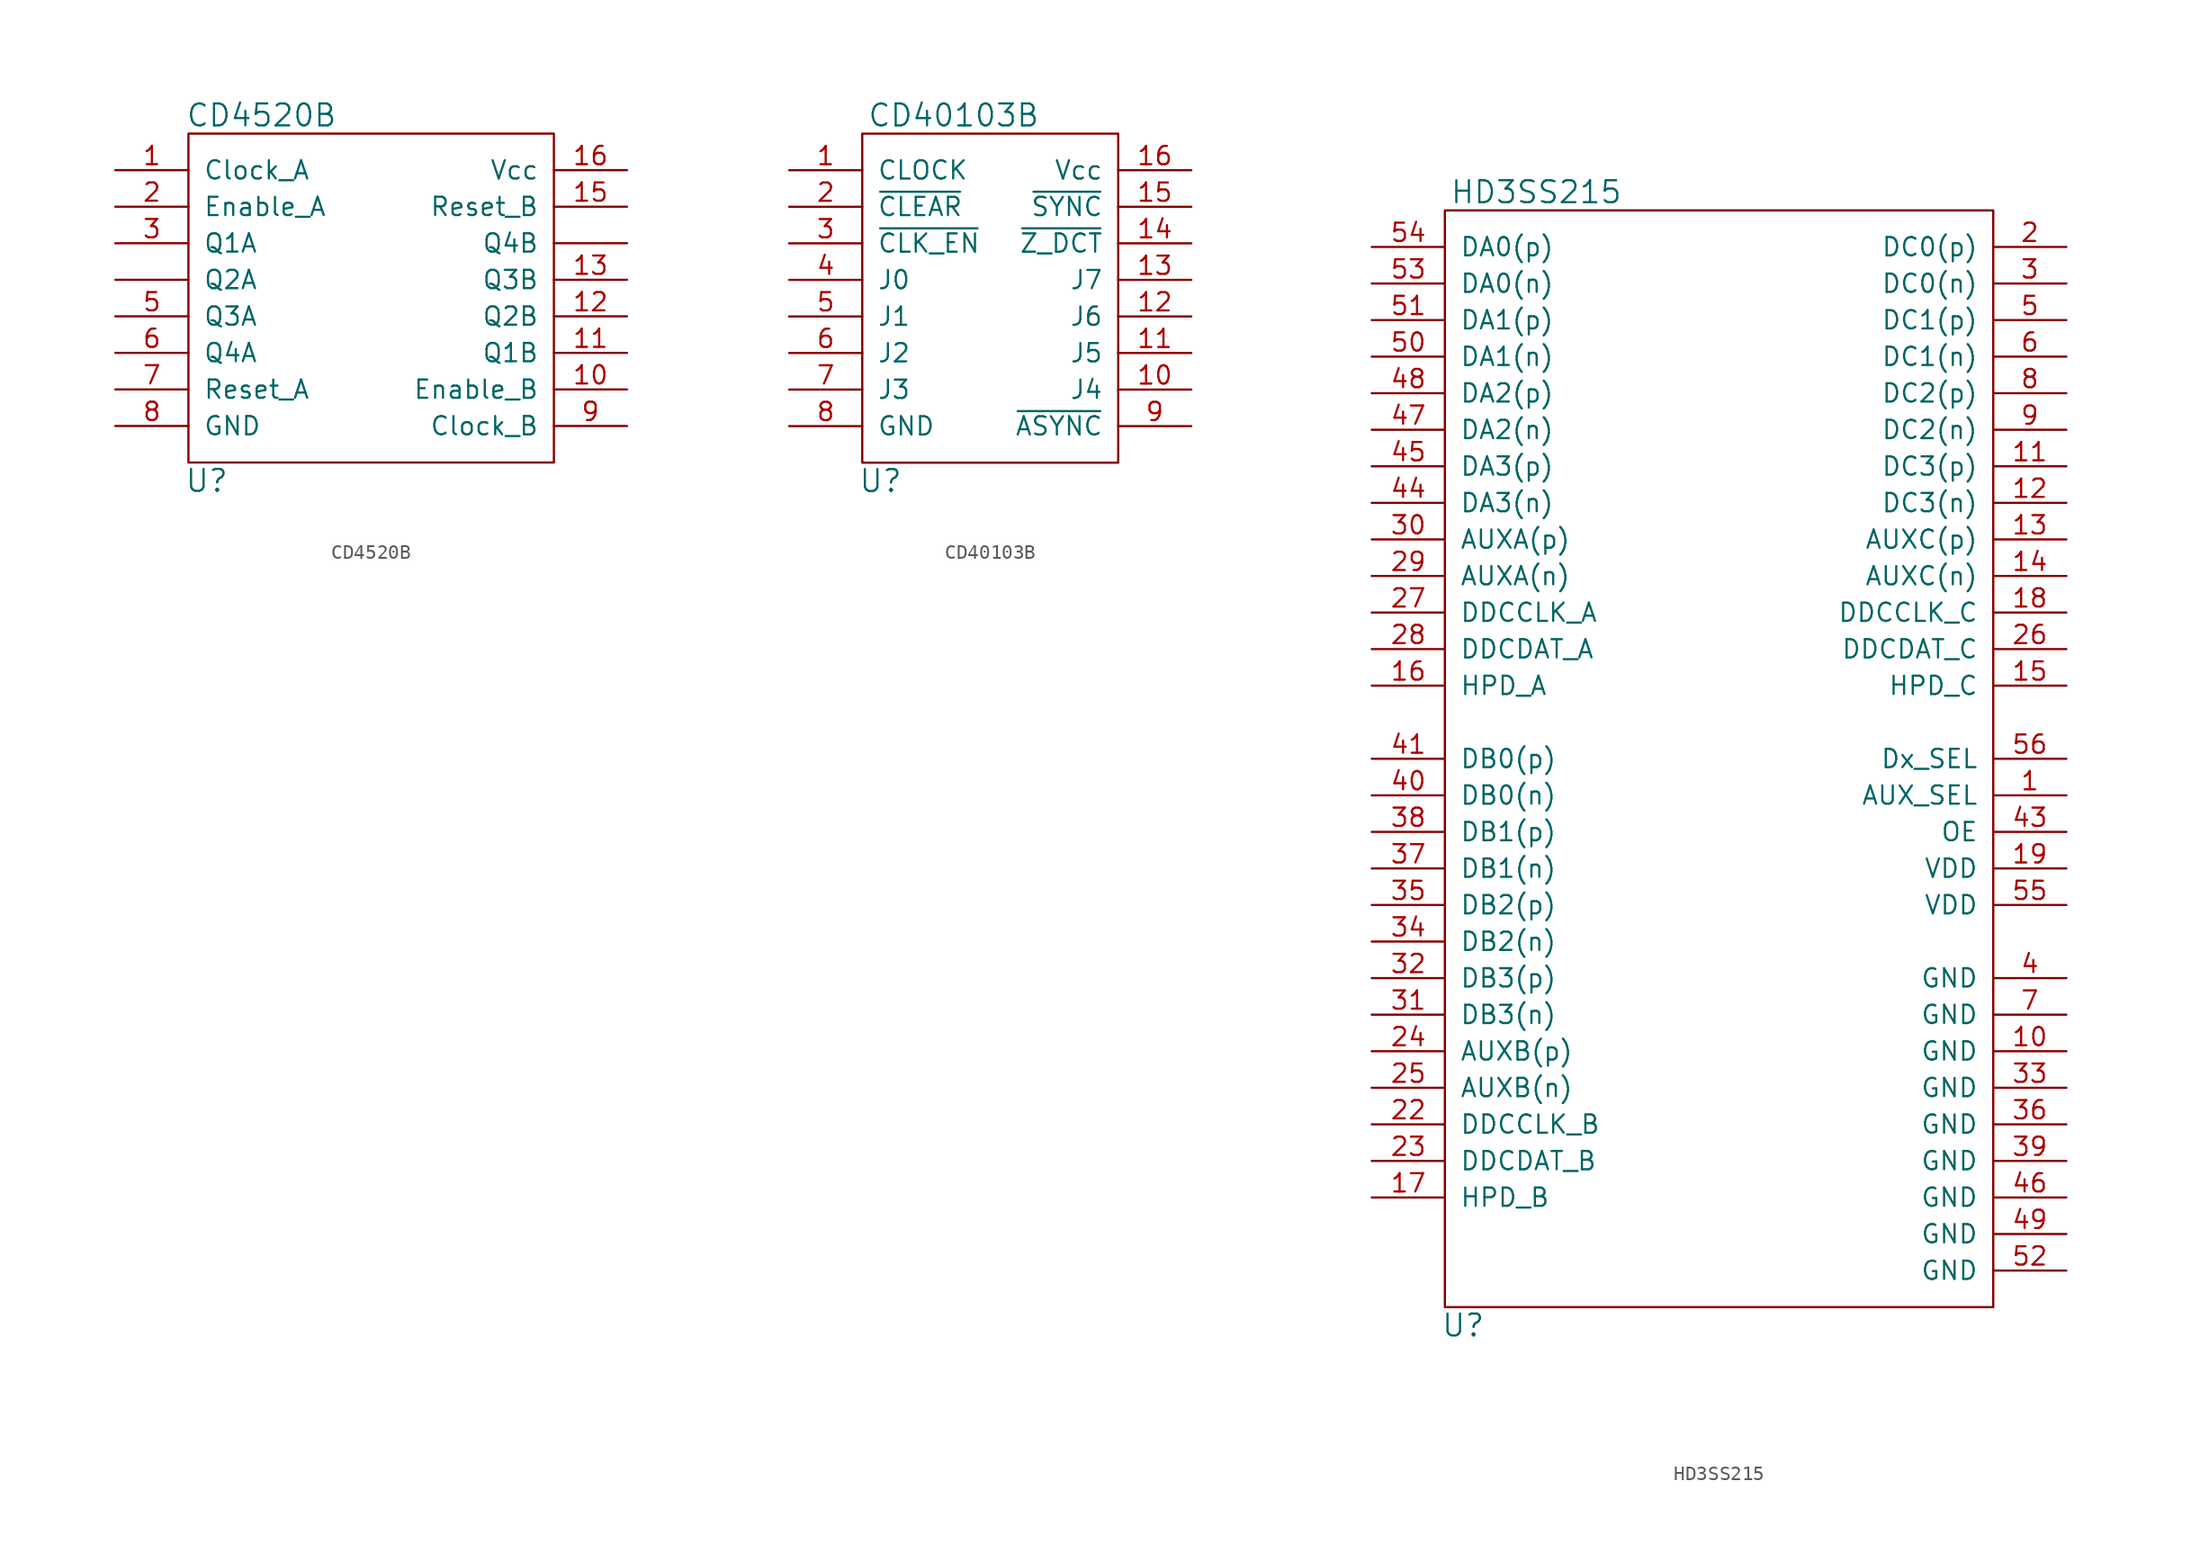
<source format=kicad_sym>
(kicad_symbol_lib
  (version 20211014)
  (generator kicad_symbol_editor)
  (symbol "CD4520B"
    (pin_names
      (offset 1.016))
    (property "Reference" "U"
      (at -11.43 -12.7 0)
      (effects (font (size 1.524 1.524))))
    (property "Value" "CD4520B"
      (at -7.62 12.7 0)
      (effects (font (size 1.524 1.524))))
    (property "Footprint" ""
      (at -6.35 0 0)
      (effects (font (size 1.524 1.524))))
    (property "Datasheet" ""
      (at -6.35 0 0)
      (effects (font (size 1.524 1.524))))
    (symbol "CD4520B_0_1"
      (rectangle (start -12.7 11.43) (end 12.7 -11.43) (stroke (width 0) (type default) (color 0 0 0 0)) (fill (type none))))
    (symbol "CD4520B_1_1"
      (pin input line (at -17.78 8.89 0) (length 5.08) (name "Clock_A" (effects (font (size 1.27 1.27)))) (number "1" (effects (font (size 1.27 1.27)))))
      (pin input line (at 17.78 -6.35 180) (length 5.08) (name "Enable_B" (effects (font (size 1.27 1.27)))) (number "10" (effects (font (size 1.27 1.27)))))
      (pin input line (at 17.78 -3.81 180) (length 5.08) (name "Q1B" (effects (font (size 1.27 1.27)))) (number "11" (effects (font (size 1.27 1.27)))))
      (pin input line (at 17.78 -1.27 180) (length 5.08) (name "Q2B" (effects (font (size 1.27 1.27)))) (number "12" (effects (font (size 1.27 1.27)))))
      (pin input line (at 17.78 1.27 180) (length 5.08) (name "Q3B" (effects (font (size 1.27 1.27)))) (number "13" (effects (font (size 1.27 1.27)))))
      (pin input line (at 17.78 6.35 180) (length 5.08) (name "Reset_B" (effects (font (size 1.27 1.27)))) (number "15" (effects (font (size 1.27 1.27)))))
      (pin input line (at 17.78 8.89 180) (length 5.08) (name "Vcc" (effects (font (size 1.27 1.27)))) (number "16" (effects (font (size 1.27 1.27)))))
      (pin input line (at -17.78 6.35 0) (length 5.08) (name "Enable_A" (effects (font (size 1.27 1.27)))) (number "2" (effects (font (size 1.27 1.27)))))
      (pin input line (at -17.78 3.81 0) (length 5.08) (name "Q1A" (effects (font (size 1.27 1.27)))) (number "3" (effects (font (size 1.27 1.27)))))
      (pin input line (at -17.78 -1.27 0) (length 5.08) (name "Q3A" (effects (font (size 1.27 1.27)))) (number "5" (effects (font (size 1.27 1.27)))))
      (pin input line (at -17.78 -3.81 0) (length 5.08) (name "Q4A" (effects (font (size 1.27 1.27)))) (number "6" (effects (font (size 1.27 1.27)))))
      (pin input line (at -17.78 -6.35 0) (length 5.08) (name "Reset_A" (effects (font (size 1.27 1.27)))) (number "7" (effects (font (size 1.27 1.27)))))
      (pin input line (at -17.78 -8.89 0) (length 5.08) (name "GND" (effects (font (size 1.27 1.27)))) (number "8" (effects (font (size 1.27 1.27)))))
      (pin input line (at 17.78 -8.89 180) (length 5.08) (name "Clock_B" (effects (font (size 1.27 1.27)))) (number "9" (effects (font (size 1.27 1.27)))))
      (pin input line (at -17.78 1.27 0) (length 5.08) (name "Q2A" (effects (font (size 1.27 1.27)))) (number "~" (effects (font (size 1.27 1.27)))))
      (pin input line (at 17.78 3.81 180) (length 5.08) (name "Q4B" (effects (font (size 1.27 1.27)))) (number "~" (effects (font (size 1.27 1.27)))))))
  (symbol "CD40103B"
    (pin_names
      (offset 1.016))
    (property "Reference" "U"
      (at -7.62 -12.7 0)
      (effects (font (size 1.524 1.524))))
    (property "Value" "CD40103B"
      (at -2.54 12.7 0)
      (effects (font (size 1.524 1.524))))
    (property "Footprint" ""
      (at -7.62 2.54 0)
      (effects (font (size 1.524 1.524))))
    (property "Datasheet" ""
      (at -7.62 2.54 0)
      (effects (font (size 1.524 1.524))))
    (symbol "CD40103B_0_1"
      (rectangle (start -8.89 11.43) (end 8.89 -11.43) (stroke (width 0) (type default) (color 0 0 0 0)) (fill (type none))))
    (symbol "CD40103B_1_1"
      (pin input line (at -13.97 8.89 0) (length 5.08) (name "CLOCK" (effects (font (size 1.27 1.27)))) (number "1" (effects (font (size 1.27 1.27)))))
      (pin input line (at 13.97 -6.35 180) (length 5.08) (name "J4" (effects (font (size 1.27 1.27)))) (number "10" (effects (font (size 1.27 1.27)))))
      (pin input line (at 13.97 -3.81 180) (length 5.08) (name "J5" (effects (font (size 1.27 1.27)))) (number "11" (effects (font (size 1.27 1.27)))))
      (pin input line (at 13.97 -1.27 180) (length 5.08) (name "J6" (effects (font (size 1.27 1.27)))) (number "12" (effects (font (size 1.27 1.27)))))
      (pin input line (at 13.97 1.27 180) (length 5.08) (name "J7" (effects (font (size 1.27 1.27)))) (number "13" (effects (font (size 1.27 1.27)))))
      (pin input line (at 13.97 3.81 180) (length 5.08) (name "~{Z_DCT}" (effects (font (size 1.27 1.27)))) (number "14" (effects (font (size 1.27 1.27)))))
      (pin input line (at 13.97 6.35 180) (length 5.08) (name "~{SYNC}" (effects (font (size 1.27 1.27)))) (number "15" (effects (font (size 1.27 1.27)))))
      (pin input line (at 13.97 8.89 180) (length 5.08) (name "Vcc" (effects (font (size 1.27 1.27)))) (number "16" (effects (font (size 1.27 1.27)))))
      (pin input line (at -13.97 6.35 0) (length 5.08) (name "~{CLEAR}" (effects (font (size 1.27 1.27)))) (number "2" (effects (font (size 1.27 1.27)))))
      (pin input line (at -13.97 3.81 0) (length 5.08) (name "~{CLK_EN}" (effects (font (size 1.27 1.27)))) (number "3" (effects (font (size 1.27 1.27)))))
      (pin input line (at -13.97 1.27 0) (length 5.08) (name "J0" (effects (font (size 1.27 1.27)))) (number "4" (effects (font (size 1.27 1.27)))))
      (pin input line (at -13.97 -1.27 0) (length 5.08) (name "J1" (effects (font (size 1.27 1.27)))) (number "5" (effects (font (size 1.27 1.27)))))
      (pin input line (at -13.97 -3.81 0) (length 5.08) (name "J2" (effects (font (size 1.27 1.27)))) (number "6" (effects (font (size 1.27 1.27)))))
      (pin input line (at -13.97 -6.35 0) (length 5.08) (name "J3" (effects (font (size 1.27 1.27)))) (number "7" (effects (font (size 1.27 1.27)))))
      (pin input line (at -13.97 -8.89 0) (length 5.08) (name "GND" (effects (font (size 1.27 1.27)))) (number "8" (effects (font (size 1.27 1.27)))))
      (pin input line (at 13.97 -8.89 180) (length 5.08) (name "~{ASYNC}" (effects (font (size 1.27 1.27)))) (number "9" (effects (font (size 1.27 1.27)))))))
  (symbol "HD3SS215"
    (pin_names
      (offset 1.016))
    (property "Reference" "U"
      (at -17.78 -66.04 0)
      (effects (font (size 1.524 1.524))))
    (property "Value" "HD3SS215"
      (at -12.7 12.7 0)
      (effects (font (size 1.524 1.524))))
    (property "Footprint" ""
      (at 0 0 0)
      (effects (font (size 1.524 1.524))))
    (property "Datasheet" ""
      (at 0 0 0)
      (effects (font (size 1.524 1.524))))
    (symbol "HD3SS215_0_1"
      (rectangle (start -19.05 11.43) (end 19.05 -64.77) (stroke (width 0) (type default) (color 0 0 0 0)) (fill (type none))))
    (symbol "HD3SS215_1_1"
      (pin input line (at 24.13 -29.21 180) (length 5.08) (name "AUX_SEL" (effects (font (size 1.27 1.27)))) (number "1" (effects (font (size 1.27 1.27)))))
      (pin input line (at 24.13 -46.99 180) (length 5.08) (name "GND" (effects (font (size 1.27 1.27)))) (number "10" (effects (font (size 1.27 1.27)))))
      (pin input line (at 24.13 -6.35 180) (length 5.08) (name "DC3(p)" (effects (font (size 1.27 1.27)))) (number "11" (effects (font (size 1.27 1.27)))))
      (pin input line (at 24.13 -8.89 180) (length 5.08) (name "DC3(n)" (effects (font (size 1.27 1.27)))) (number "12" (effects (font (size 1.27 1.27)))))
      (pin input line (at 24.13 -11.43 180) (length 5.08) (name "AUXC(p)" (effects (font (size 1.27 1.27)))) (number "13" (effects (font (size 1.27 1.27)))))
      (pin input line (at 24.13 -13.97 180) (length 5.08) (name "AUXC(n)" (effects (font (size 1.27 1.27)))) (number "14" (effects (font (size 1.27 1.27)))))
      (pin input line (at 24.13 -21.59 180) (length 5.08) (name "HPD_C" (effects (font (size 1.27 1.27)))) (number "15" (effects (font (size 1.27 1.27)))))
      (pin input line (at -24.13 -21.59 0) (length 5.08) (name "HPD_A" (effects (font (size 1.27 1.27)))) (number "16" (effects (font (size 1.27 1.27)))))
      (pin input line (at -24.13 -57.15 0) (length 5.08) (name "HPD_B" (effects (font (size 1.27 1.27)))) (number "17" (effects (font (size 1.27 1.27)))))
      (pin input line (at 24.13 -16.51 180) (length 5.08) (name "DDCCLK_C" (effects (font (size 1.27 1.27)))) (number "18" (effects (font (size 1.27 1.27)))))
      (pin input line (at 24.13 -34.29 180) (length 5.08) (name "VDD" (effects (font (size 1.27 1.27)))) (number "19" (effects (font (size 1.27 1.27)))))
      (pin input line (at 24.13 8.89 180) (length 5.08) (name "DC0(p)" (effects (font (size 1.27 1.27)))) (number "2" (effects (font (size 1.27 1.27)))))
      (pin input line (at -24.13 -52.07 0) (length 5.08) (name "DDCCLK_B" (effects (font (size 1.27 1.27)))) (number "22" (effects (font (size 1.27 1.27)))))
      (pin input line (at -24.13 -54.61 0) (length 5.08) (name "DDCDAT_B" (effects (font (size 1.27 1.27)))) (number "23" (effects (font (size 1.27 1.27)))))
      (pin input line (at -24.13 -46.99 0) (length 5.08) (name "AUXB(p)" (effects (font (size 1.27 1.27)))) (number "24" (effects (font (size 1.27 1.27)))))
      (pin input line (at -24.13 -49.53 0) (length 5.08) (name "AUXB(n)" (effects (font (size 1.27 1.27)))) (number "25" (effects (font (size 1.27 1.27)))))
      (pin input line (at 24.13 -19.05 180) (length 5.08) (name "DDCDAT_C" (effects (font (size 1.27 1.27)))) (number "26" (effects (font (size 1.27 1.27)))))
      (pin input line (at -24.13 -16.51 0) (length 5.08) (name "DDCCLK_A" (effects (font (size 1.27 1.27)))) (number "27" (effects (font (size 1.27 1.27)))))
      (pin input line (at -24.13 -19.05 0) (length 5.08) (name "DDCDAT_A" (effects (font (size 1.27 1.27)))) (number "28" (effects (font (size 1.27 1.27)))))
      (pin input line (at -24.13 -13.97 0) (length 5.08) (name "AUXA(n)" (effects (font (size 1.27 1.27)))) (number "29" (effects (font (size 1.27 1.27)))))
      (pin input line (at 24.13 6.35 180) (length 5.08) (name "DC0(n)" (effects (font (size 1.27 1.27)))) (number "3" (effects (font (size 1.27 1.27)))))
      (pin input line (at -24.13 -11.43 0) (length 5.08) (name "AUXA(p)" (effects (font (size 1.27 1.27)))) (number "30" (effects (font (size 1.27 1.27)))))
      (pin input line (at -24.13 -44.45 0) (length 5.08) (name "DB3(n)" (effects (font (size 1.27 1.27)))) (number "31" (effects (font (size 1.27 1.27)))))
      (pin input line (at -24.13 -41.91 0) (length 5.08) (name "DB3(p)" (effects (font (size 1.27 1.27)))) (number "32" (effects (font (size 1.27 1.27)))))
      (pin input line (at 24.13 -49.53 180) (length 5.08) (name "GND" (effects (font (size 1.27 1.27)))) (number "33" (effects (font (size 1.27 1.27)))))
      (pin input line (at -24.13 -39.37 0) (length 5.08) (name "DB2(n)" (effects (font (size 1.27 1.27)))) (number "34" (effects (font (size 1.27 1.27)))))
      (pin input line (at -24.13 -36.83 0) (length 5.08) (name "DB2(p)" (effects (font (size 1.27 1.27)))) (number "35" (effects (font (size 1.27 1.27)))))
      (pin input line (at 24.13 -52.07 180) (length 5.08) (name "GND" (effects (font (size 1.27 1.27)))) (number "36" (effects (font (size 1.27 1.27)))))
      (pin input line (at -24.13 -34.29 0) (length 5.08) (name "DB1(n)" (effects (font (size 1.27 1.27)))) (number "37" (effects (font (size 1.27 1.27)))))
      (pin input line (at -24.13 -31.75 0) (length 5.08) (name "DB1(p)" (effects (font (size 1.27 1.27)))) (number "38" (effects (font (size 1.27 1.27)))))
      (pin input line (at 24.13 -54.61 180) (length 5.08) (name "GND" (effects (font (size 1.27 1.27)))) (number "39" (effects (font (size 1.27 1.27)))))
      (pin input line (at 24.13 -41.91 180) (length 5.08) (name "GND" (effects (font (size 1.27 1.27)))) (number "4" (effects (font (size 1.27 1.27)))))
      (pin input line (at -24.13 -29.21 0) (length 5.08) (name "DB0(n)" (effects (font (size 1.27 1.27)))) (number "40" (effects (font (size 1.27 1.27)))))
      (pin input line (at -24.13 -26.67 0) (length 5.08) (name "DB0(p)" (effects (font (size 1.27 1.27)))) (number "41" (effects (font (size 1.27 1.27)))))
      (pin input line (at 24.13 -31.75 180) (length 5.08) (name "OE" (effects (font (size 1.27 1.27)))) (number "43" (effects (font (size 1.27 1.27)))))
      (pin input line (at -24.13 -8.89 0) (length 5.08) (name "DA3(n)" (effects (font (size 1.27 1.27)))) (number "44" (effects (font (size 1.27 1.27)))))
      (pin input line (at -24.13 -6.35 0) (length 5.08) (name "DA3(p)" (effects (font (size 1.27 1.27)))) (number "45" (effects (font (size 1.27 1.27)))))
      (pin input line (at 24.13 -57.15 180) (length 5.08) (name "GND" (effects (font (size 1.27 1.27)))) (number "46" (effects (font (size 1.27 1.27)))))
      (pin input line (at -24.13 -3.81 0) (length 5.08) (name "DA2(n)" (effects (font (size 1.27 1.27)))) (number "47" (effects (font (size 1.27 1.27)))))
      (pin input line (at -24.13 -1.27 0) (length 5.08) (name "DA2(p)" (effects (font (size 1.27 1.27)))) (number "48" (effects (font (size 1.27 1.27)))))
      (pin input line (at 24.13 -59.69 180) (length 5.08) (name "GND" (effects (font (size 1.27 1.27)))) (number "49" (effects (font (size 1.27 1.27)))))
      (pin input line (at 24.13 3.81 180) (length 5.08) (name "DC1(p)" (effects (font (size 1.27 1.27)))) (number "5" (effects (font (size 1.27 1.27)))))
      (pin input line (at -24.13 1.27 0) (length 5.08) (name "DA1(n)" (effects (font (size 1.27 1.27)))) (number "50" (effects (font (size 1.27 1.27)))))
      (pin input line (at -24.13 3.81 0) (length 5.08) (name "DA1(p)" (effects (font (size 1.27 1.27)))) (number "51" (effects (font (size 1.27 1.27)))))
      (pin input line (at 24.13 -62.23 180) (length 5.08) (name "GND" (effects (font (size 1.27 1.27)))) (number "52" (effects (font (size 1.27 1.27)))))
      (pin input line (at -24.13 6.35 0) (length 5.08) (name "DA0(n)" (effects (font (size 1.27 1.27)))) (number "53" (effects (font (size 1.27 1.27)))))
      (pin input line (at -24.13 8.89 0) (length 5.08) (name "DA0(p)" (effects (font (size 1.27 1.27)))) (number "54" (effects (font (size 1.27 1.27)))))
      (pin input line (at 24.13 -36.83 180) (length 5.08) (name "VDD" (effects (font (size 1.27 1.27)))) (number "55" (effects (font (size 1.27 1.27)))))
      (pin input line (at 24.13 -26.67 180) (length 5.08) (name "Dx_SEL" (effects (font (size 1.27 1.27)))) (number "56" (effects (font (size 1.27 1.27)))))
      (pin input line (at 24.13 1.27 180) (length 5.08) (name "DC1(n)" (effects (font (size 1.27 1.27)))) (number "6" (effects (font (size 1.27 1.27)))))
      (pin input line (at 24.13 -44.45 180) (length 5.08) (name "GND" (effects (font (size 1.27 1.27)))) (number "7" (effects (font (size 1.27 1.27)))))
      (pin input line (at 24.13 -1.27 180) (length 5.08) (name "DC2(p)" (effects (font (size 1.27 1.27)))) (number "8" (effects (font (size 1.27 1.27)))))
      (pin input line (at 24.13 -3.81 180) (length 5.08) (name "DC2(n)" (effects (font (size 1.27 1.27)))) (number "9" (effects (font (size 1.27 1.27))))))))
</source>
